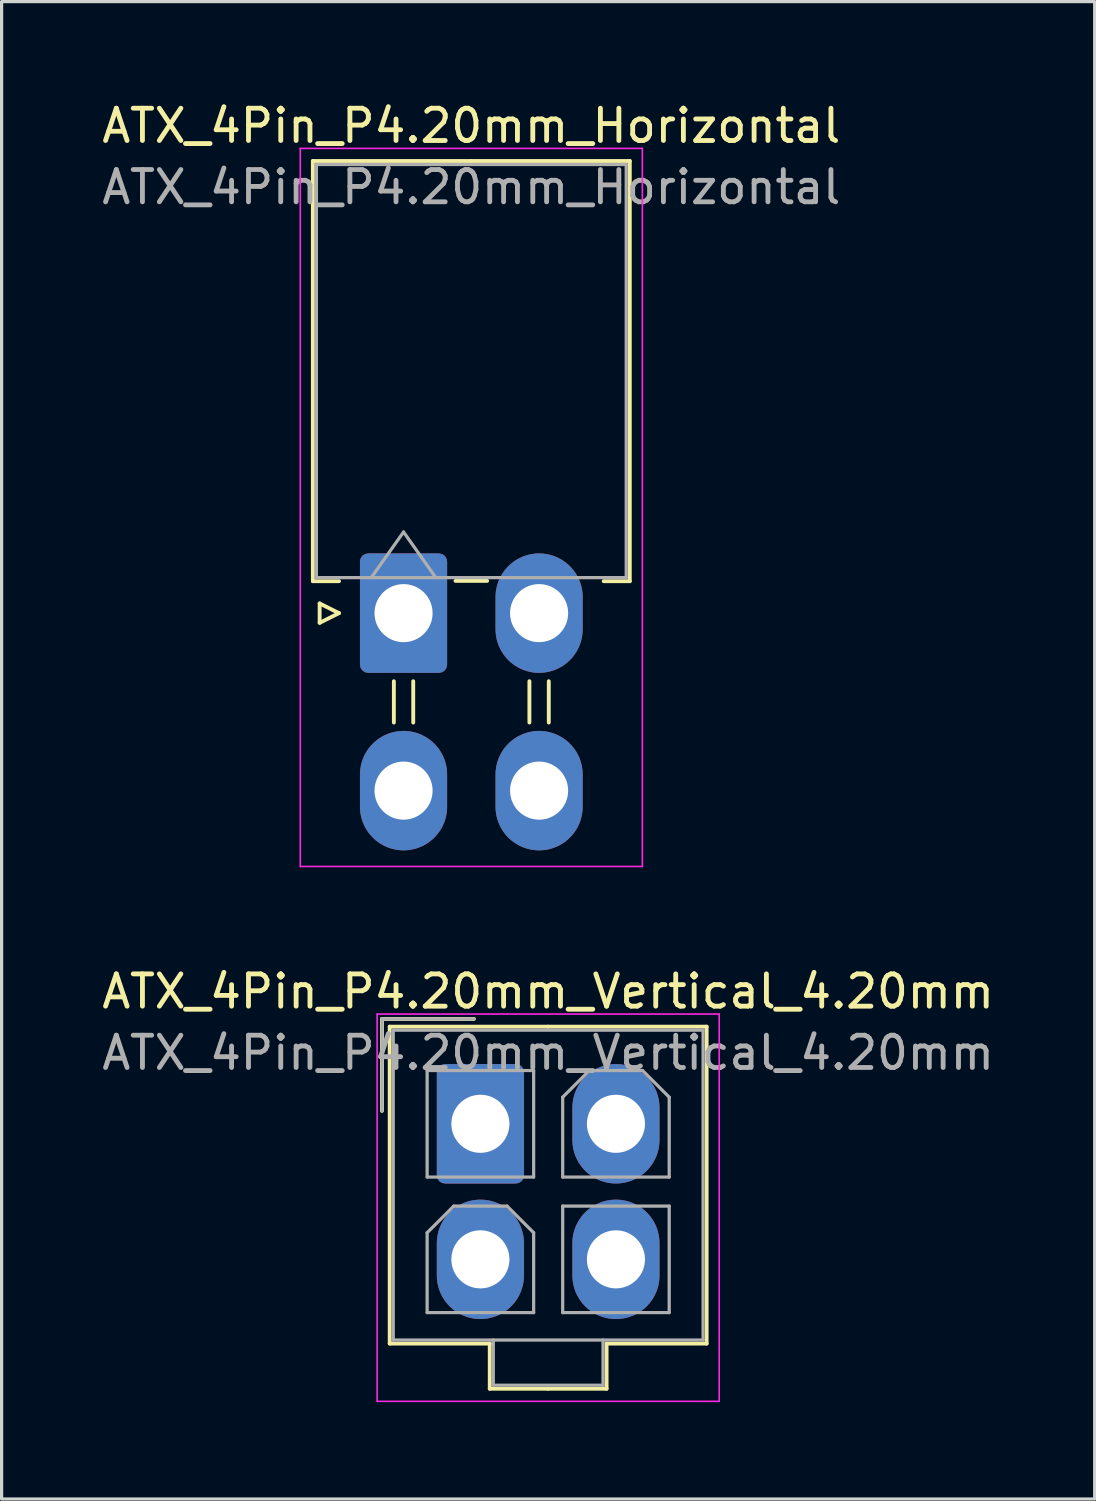
<source format=kicad_pcb>
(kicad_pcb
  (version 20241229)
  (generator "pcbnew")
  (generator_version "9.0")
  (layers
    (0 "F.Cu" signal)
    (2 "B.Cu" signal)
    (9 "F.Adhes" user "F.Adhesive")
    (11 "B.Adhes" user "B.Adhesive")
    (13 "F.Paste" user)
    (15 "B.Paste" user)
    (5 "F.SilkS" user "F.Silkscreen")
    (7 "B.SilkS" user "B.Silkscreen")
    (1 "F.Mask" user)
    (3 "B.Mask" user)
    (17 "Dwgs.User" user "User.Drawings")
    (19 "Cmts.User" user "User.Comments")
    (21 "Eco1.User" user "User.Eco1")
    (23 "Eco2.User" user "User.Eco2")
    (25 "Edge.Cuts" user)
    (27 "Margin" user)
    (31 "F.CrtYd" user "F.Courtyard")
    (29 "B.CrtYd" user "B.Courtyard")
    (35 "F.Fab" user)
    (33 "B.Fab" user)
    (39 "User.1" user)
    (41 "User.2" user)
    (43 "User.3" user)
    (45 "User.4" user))
  (footprint "ATX_4Pin_P4.20mm_Vertical_4.20mm"
    (layer "F.Cu")
    (at 11.835 31.771)
    (property "Reference" "ATX_4Pin_P4.20mm_Vertical_4.20mm" (at 2.1 -4.1 0) (layer "F.SilkS") (effects (font (size 1 1) (thickness 0.15))))
    (attr through_hole)
    (fp_line (start -3.05 -3.25) (end -3.05 -0.4) (stroke (width 0.12) (type solid)) (layer "F.SilkS"))
    (fp_line (start -2.81 -3.01) (end -2.81 6.81) (stroke (width 0.12) (type solid)) (layer "F.SilkS"))
    (fp_line (start -2.81 6.81) (end 0.29 6.81) (stroke (width 0.12) (type solid)) (layer "F.SilkS"))
    (fp_line (start -0.2 -3.25) (end -3.05 -3.25) (stroke (width 0.12) (type solid)) (layer "F.SilkS"))
    (fp_line (start 0.29 6.81) (end 0.29 8.21) (stroke (width 0.12) (type solid)) (layer "F.SilkS"))
    (fp_line (start 0.29 8.21) (end 2.1 8.21) (stroke (width 0.12) (type solid)) (layer "F.SilkS"))
    (fp_line (start 2.1 -3.01) (end -2.81 -3.01) (stroke (width 0.12) (type solid)) (layer "F.SilkS"))
    (fp_line (start 2.1 -3.01) (end 7.01 -3.01) (stroke (width 0.12) (type solid)) (layer "F.SilkS"))
    (fp_line (start 3.91 6.81) (end 3.91 8.21) (stroke (width 0.12) (type solid)) (layer "F.SilkS"))
    (fp_line (start 3.91 8.21) (end 2.1 8.21) (stroke (width 0.12) (type solid)) (layer "F.SilkS"))
    (fp_line (start 7.01 -3.01) (end 7.01 6.81) (stroke (width 0.12) (type solid)) (layer "F.SilkS"))
    (fp_line (start 7.01 6.81) (end 3.91 6.81) (stroke (width 0.12) (type solid)) (layer "F.SilkS"))
    (fp_line (start -3.2 -3.4) (end -3.2 8.6) (stroke (width 0.05) (type solid)) (layer "F.CrtYd"))
    (fp_line (start -3.2 8.6) (end 7.4 8.6) (stroke (width 0.05) (type solid)) (layer "F.CrtYd"))
    (fp_line (start 7.4 -3.4) (end -3.2 -3.4) (stroke (width 0.05) (type solid)) (layer "F.CrtYd"))
    (fp_line (start 7.4 8.6) (end 7.4 -3.4) (stroke (width 0.05) (type solid)) (layer "F.CrtYd"))
    (fp_line (start -3.05 -3.25) (end -3.05 -0.4) (stroke (width 0.1) (type solid)) (layer "F.Fab"))
    (fp_line (start -2.7 -2.9) (end -2.7 6.7) (stroke (width 0.1) (type solid)) (layer "F.Fab"))
    (fp_line (start -2.7 6.7) (end 6.9 6.7) (stroke (width 0.1) (type solid)) (layer "F.Fab"))
    (fp_line (start -1.65 -1.65) (end -1.65 1.65) (stroke (width 0.1) (type solid)) (layer "F.Fab"))
    (fp_line (start -1.65 1.65) (end 1.65 1.65) (stroke (width 0.1) (type solid)) (layer "F.Fab"))
    (fp_line (start -1.65 3.375) (end -0.825 2.55) (stroke (width 0.1) (type solid)) (layer "F.Fab"))
    (fp_line (start -1.65 5.85) (end -1.65 3.375) (stroke (width 0.1) (type solid)) (layer "F.Fab"))
    (fp_line (start -0.825 2.55) (end 0.825 2.55) (stroke (width 0.1) (type solid)) (layer "F.Fab"))
    (fp_line (start -0.2 -3.25) (end -3.05 -3.25) (stroke (width 0.1) (type solid)) (layer "F.Fab"))
    (fp_line (start 0.4 6.7) (end 0.4 8.1) (stroke (width 0.1) (type solid)) (layer "F.Fab"))
    (fp_line (start 0.4 8.1) (end 3.8 8.1) (stroke (width 0.1) (type solid)) (layer "F.Fab"))
    (fp_line (start 0.825 2.55) (end 1.65 3.375) (stroke (width 0.1) (type solid)) (layer "F.Fab"))
    (fp_line (start 1.65 -1.65) (end -1.65 -1.65) (stroke (width 0.1) (type solid)) (layer "F.Fab"))
    (fp_line (start 1.65 1.65) (end 1.65 -1.65) (stroke (width 0.1) (type solid)) (layer "F.Fab"))
    (fp_line (start 1.65 3.375) (end 1.65 5.85) (stroke (width 0.1) (type solid)) (layer "F.Fab"))
    (fp_line (start 1.65 5.85) (end -1.65 5.85) (stroke (width 0.1) (type solid)) (layer "F.Fab"))
    (fp_line (start 2.55 -0.825) (end 3.375 -1.65) (stroke (width 0.1) (type solid)) (layer "F.Fab"))
    (fp_line (start 2.55 1.65) (end 2.55 -0.825) (stroke (width 0.1) (type solid)) (layer "F.Fab"))
    (fp_line (start 2.55 2.55) (end 2.55 5.85) (stroke (width 0.1) (type solid)) (layer "F.Fab"))
    (fp_line (start 2.55 5.85) (end 5.85 5.85) (stroke (width 0.1) (type solid)) (layer "F.Fab"))
    (fp_line (start 3.375 -1.65) (end 5.025 -1.65) (stroke (width 0.1) (type solid)) (layer "F.Fab"))
    (fp_line (start 3.8 8.1) (end 3.8 6.7) (stroke (width 0.1) (type solid)) (layer "F.Fab"))
    (fp_line (start 5.025 -1.65) (end 5.85 -0.825) (stroke (width 0.1) (type solid)) (layer "F.Fab"))
    (fp_line (start 5.85 -0.825) (end 5.85 1.65) (stroke (width 0.1) (type solid)) (layer "F.Fab"))
    (fp_line (start 5.85 1.65) (end 2.55 1.65) (stroke (width 0.1) (type solid)) (layer "F.Fab"))
    (fp_line (start 5.85 2.55) (end 2.55 2.55) (stroke (width 0.1) (type solid)) (layer "F.Fab"))
    (fp_line (start 5.85 5.85) (end 5.85 2.55) (stroke (width 0.1) (type solid)) (layer "F.Fab"))
    (fp_line (start 6.9 -2.9) (end -2.7 -2.9) (stroke (width 0.1) (type solid)) (layer "F.Fab"))
    (fp_line (start 6.9 6.7) (end 6.9 -2.9) (stroke (width 0.1) (type solid)) (layer "F.Fab"))
    (fp_text user "${REFERENCE}" (at 2.1 -2.2 0) (layer "F.Fab") (effects (font (size 1 1) (thickness 0.15))))
    (pad "1" thru_hole roundrect (at 0 0) (size 2.7 3.7) (drill 1.8) (layers "*.Cu" "*.Mask") (roundrect_rratio 0.093))
    (pad "2" thru_hole oval (at 4.2 0) (size 2.7 3.7) (drill 1.8) (layers "*.Cu" "*.Mask"))
    (pad "3" thru_hole oval (at 0 4.2) (size 2.7 3.7) (drill 1.8) (layers "*.Cu" "*.Mask"))
    (pad "4" thru_hole oval (at 4.2 4.2) (size 2.7 3.7) (drill 1.8) (layers "*.Cu" "*.Mask")))
  (footprint "ATX_4Pin_P4.20mm_Horizontal"
    (layer "F.Cu")
    (at 9.454 15.948)
    (property "Reference" "ATX_4Pin_P4.20mm_Horizontal" (at 2.1 -15.1 0) (layer "F.SilkS") (effects (font (size 1 1) (thickness 0.15))))
    (attr through_hole)
    (fp_line (start -2.81 -14.01) (end 2.1 -14.01) (stroke (width 0.12) (type solid)) (layer "F.SilkS"))
    (fp_line (start -2.81 -0.99) (end -2.81 -14.01) (stroke (width 0.12) (type solid)) (layer "F.SilkS"))
    (fp_line (start -2.6 -0.3) (end -2 0) (stroke (width 0.12) (type solid)) (layer "F.SilkS"))
    (fp_line (start -2.6 0.3) (end -2.6 -0.3) (stroke (width 0.12) (type solid)) (layer "F.SilkS"))
    (fp_line (start -2 -0.99) (end -2.81 -0.99) (stroke (width 0.12) (type solid)) (layer "F.SilkS"))
    (fp_line (start -2 0) (end -2.6 0.3) (stroke (width 0.12) (type solid)) (layer "F.SilkS"))
    (fp_line (start -0.3 2.11) (end -0.3 3.39) (stroke (width 0.12) (type solid)) (layer "F.SilkS"))
    (fp_line (start 0.3 2.11) (end 0.3 3.39) (stroke (width 0.12) (type solid)) (layer "F.SilkS"))
    (fp_line (start 1.61 -1) (end 2.59 -1) (stroke (width 0.12) (type solid)) (layer "F.SilkS"))
    (fp_line (start 3.9 2.11) (end 3.9 3.39) (stroke (width 0.12) (type solid)) (layer "F.SilkS"))
    (fp_line (start 4.5 2.11) (end 4.5 3.39) (stroke (width 0.12) (type solid)) (layer "F.SilkS"))
    (fp_line (start 6.2 -0.99) (end 7.01 -0.99) (stroke (width 0.12) (type solid)) (layer "F.SilkS"))
    (fp_line (start 7.01 -14.01) (end 2.1 -14.01) (stroke (width 0.12) (type solid)) (layer "F.SilkS"))
    (fp_line (start 7.01 -0.99) (end 7.01 -14.01) (stroke (width 0.12) (type solid)) (layer "F.SilkS"))
    (fp_line (start -3.2 -14.4) (end -3.2 7.85) (stroke (width 0.05) (type solid)) (layer "F.CrtYd"))
    (fp_line (start -3.2 7.85) (end 7.4 7.85) (stroke (width 0.05) (type solid)) (layer "F.CrtYd"))
    (fp_line (start 7.4 -14.4) (end -3.2 -14.4) (stroke (width 0.05) (type solid)) (layer "F.CrtYd"))
    (fp_line (start 7.4 7.85) (end 7.4 -14.4) (stroke (width 0.05) (type solid)) (layer "F.CrtYd"))
    (fp_line (start -2.7 -13.9) (end -2.7 -1.1) (stroke (width 0.1) (type solid)) (layer "F.Fab"))
    (fp_line (start -2.7 -1.1) (end 6.9 -1.1) (stroke (width 0.1) (type solid)) (layer "F.Fab"))
    (fp_line (start -1 -1.1) (end 0 -2.514) (stroke (width 0.1) (type solid)) (layer "F.Fab"))
    (fp_line (start 0 -2.514) (end 1 -1.1) (stroke (width 0.1) (type solid)) (layer "F.Fab"))
    (fp_line (start 6.9 -13.9) (end -2.7 -13.9) (stroke (width 0.1) (type solid)) (layer "F.Fab"))
    (fp_line (start 6.9 -1.1) (end 6.9 -13.9) (stroke (width 0.1) (type solid)) (layer "F.Fab"))
    (fp_text user "${REFERENCE}" (at 2.1 -13.2 0) (layer "F.Fab") (effects (font (size 1 1) (thickness 0.15))))
    (pad "1" thru_hole roundrect (at 0 0) (size 2.7 3.7) (drill 1.8) (layers "*.Cu" "*.Mask") (roundrect_rratio 0.093))
    (pad "2" thru_hole oval (at 4.2 0) (size 2.7 3.7) (drill 1.8) (layers "*.Cu" "*.Mask"))
    (pad "3" thru_hole oval (at 0 5.5) (size 2.7 3.7) (drill 1.8) (layers "*.Cu" "*.Mask"))
    (pad "4" thru_hole oval (at 4.2 5.5) (size 2.7 3.7) (drill 1.8) (layers "*.Cu" "*.Mask")))
  (gr_rect
    (start -3 -3)
    (end 30.869 43.397)
    (stroke (width 0.1) (type default))
    (fill no)
    (layer "Edge.Cuts")))
</source>
